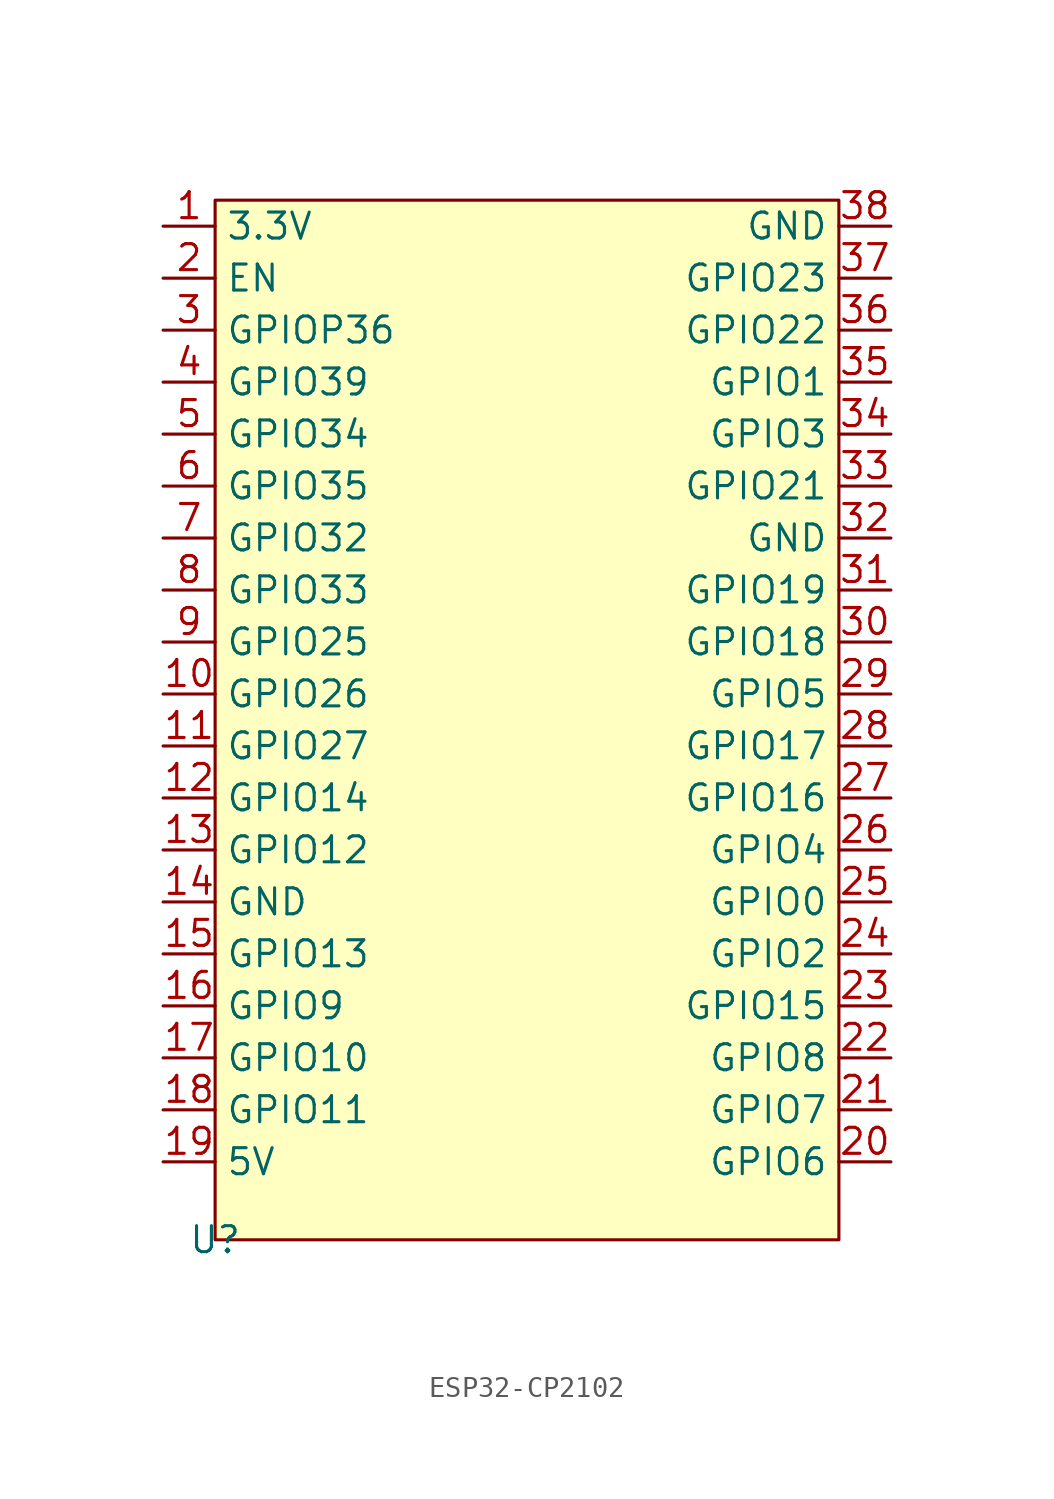
<source format=kicad_sym>
(kicad_symbol_lib
  (version 20231120)
  (generator "kicad_symbol_editor")
  (generator_version "8.0")
  (symbol "ESP32-CP2102"
    (property "Reference" "U"
      (at 0 0 0)
      (effects (font (size 1.27 1.27))))
    (property "Value" ""
      (at 0 7.62 0)
      (effects (font (size 1.27 1.27))))
    (symbol "ESP32-CP2102_1_1"
      (rectangle (start 0 50.8) (end 30.48 0) (stroke (width 0) (type default)) (fill (type background)))
      (pin power_in line (at -2.54 49.53 0) (length 2.54) (name "3.3V" (effects (font (size 1.27 1.27)))) (number "1" (effects (font (size 1.27 1.27)))))
      (pin bidirectional line (at -2.54 26.67 0) (length 2.54) (name "GPIO26" (effects (font (size 1.27 1.27)))) (number "10" (effects (font (size 1.27 1.27)))))
      (pin bidirectional line (at -2.54 24.13 0) (length 2.54) (name "GPIO27" (effects (font (size 1.27 1.27)))) (number "11" (effects (font (size 1.27 1.27)))))
      (pin bidirectional line (at -2.54 21.59 0) (length 2.54) (name "GPIO14" (effects (font (size 1.27 1.27)))) (number "12" (effects (font (size 1.27 1.27)))))
      (pin bidirectional line (at -2.54 19.05 0) (length 2.54) (name "GPIO12" (effects (font (size 1.27 1.27)))) (number "13" (effects (font (size 1.27 1.27)))))
      (pin unspecified line (at -2.54 16.51 0) (length 2.54) (name "GND" (effects (font (size 1.27 1.27)))) (number "14" (effects (font (size 1.27 1.27)))))
      (pin bidirectional line (at -2.54 13.97 0) (length 2.54) (name "GPIO13" (effects (font (size 1.27 1.27)))) (number "15" (effects (font (size 1.27 1.27)))))
      (pin bidirectional line (at -2.54 11.43 0) (length 2.54) (name "GPIO9" (effects (font (size 1.27 1.27)))) (number "16" (effects (font (size 1.27 1.27)))))
      (pin bidirectional line (at -2.54 8.89 0) (length 2.54) (name "GPIO10" (effects (font (size 1.27 1.27)))) (number "17" (effects (font (size 1.27 1.27)))))
      (pin bidirectional line (at -2.54 6.35 0) (length 2.54) (name "GPIO11" (effects (font (size 1.27 1.27)))) (number "18" (effects (font (size 1.27 1.27)))))
      (pin power_in line (at -2.54 3.81 0) (length 2.54) (name "5V" (effects (font (size 1.27 1.27)))) (number "19" (effects (font (size 1.27 1.27)))))
      (pin input line (at -2.54 46.99 0) (length 2.54) (name "EN" (effects (font (size 1.27 1.27)))) (number "2" (effects (font (size 1.27 1.27)))))
      (pin bidirectional line (at 33.02 3.81 180) (length 2.54) (name "GPIO6" (effects (font (size 1.27 1.27)))) (number "20" (effects (font (size 1.27 1.27)))))
      (pin bidirectional line (at 33.02 6.35 180) (length 2.54) (name "GPIO7" (effects (font (size 1.27 1.27)))) (number "21" (effects (font (size 1.27 1.27)))))
      (pin bidirectional line (at 33.02 8.89 180) (length 2.54) (name "GPIO8" (effects (font (size 1.27 1.27)))) (number "22" (effects (font (size 1.27 1.27)))))
      (pin bidirectional line (at 33.02 11.43 180) (length 2.54) (name "GPIO15" (effects (font (size 1.27 1.27)))) (number "23" (effects (font (size 1.27 1.27)))))
      (pin bidirectional line (at 33.02 13.97 180) (length 2.54) (name "GPIO2" (effects (font (size 1.27 1.27)))) (number "24" (effects (font (size 1.27 1.27)))))
      (pin bidirectional line (at 33.02 16.51 180) (length 2.54) (name "GPIO0" (effects (font (size 1.27 1.27)))) (number "25" (effects (font (size 1.27 1.27)))))
      (pin bidirectional line (at 33.02 19.05 180) (length 2.54) (name "GPIO4" (effects (font (size 1.27 1.27)))) (number "26" (effects (font (size 1.27 1.27)))))
      (pin bidirectional line (at 33.02 21.59 180) (length 2.54) (name "GPIO16" (effects (font (size 1.27 1.27)))) (number "27" (effects (font (size 1.27 1.27)))))
      (pin bidirectional line (at 33.02 24.13 180) (length 2.54) (name "GPIO17" (effects (font (size 1.27 1.27)))) (number "28" (effects (font (size 1.27 1.27)))))
      (pin bidirectional line (at 33.02 26.67 180) (length 2.54) (name "GPIO5" (effects (font (size 1.27 1.27)))) (number "29" (effects (font (size 1.27 1.27)))))
      (pin bidirectional line (at -2.54 44.45 0) (length 2.54) (name "GPIOP36" (effects (font (size 1.27 1.27)))) (number "3" (effects (font (size 1.27 1.27)))))
      (pin bidirectional line (at 33.02 29.21 180) (length 2.54) (name "GPIO18" (effects (font (size 1.27 1.27)))) (number "30" (effects (font (size 1.27 1.27)))))
      (pin bidirectional line (at 33.02 31.75 180) (length 2.54) (name "GPIO19" (effects (font (size 1.27 1.27)))) (number "31" (effects (font (size 1.27 1.27)))))
      (pin power_in line (at 33.02 34.29 180) (length 2.54) (name "GND" (effects (font (size 1.27 1.27)))) (number "32" (effects (font (size 1.27 1.27)))))
      (pin bidirectional line (at 33.02 36.83 180) (length 2.54) (name "GPIO21" (effects (font (size 1.27 1.27)))) (number "33" (effects (font (size 1.27 1.27)))))
      (pin bidirectional line (at 33.02 39.37 180) (length 2.54) (name "GPIO3" (effects (font (size 1.27 1.27)))) (number "34" (effects (font (size 1.27 1.27)))))
      (pin bidirectional line (at 33.02 41.91 180) (length 2.54) (name "GPIO1" (effects (font (size 1.27 1.27)))) (number "35" (effects (font (size 1.27 1.27)))))
      (pin bidirectional line (at 33.02 44.45 180) (length 2.54) (name "GPIO22" (effects (font (size 1.27 1.27)))) (number "36" (effects (font (size 1.27 1.27)))))
      (pin bidirectional line (at 33.02 46.99 180) (length 2.54) (name "GPIO23" (effects (font (size 1.27 1.27)))) (number "37" (effects (font (size 1.27 1.27)))))
      (pin power_in line (at 33.02 49.53 180) (length 2.54) (name "GND" (effects (font (size 1.27 1.27)))) (number "38" (effects (font (size 1.27 1.27)))))
      (pin bidirectional line (at -2.54 41.91 0) (length 2.54) (name "GPIO39" (effects (font (size 1.27 1.27)))) (number "4" (effects (font (size 1.27 1.27)))))
      (pin bidirectional line (at -2.54 39.37 0) (length 2.54) (name "GPIO34" (effects (font (size 1.27 1.27)))) (number "5" (effects (font (size 1.27 1.27)))))
      (pin bidirectional line (at -2.54 36.83 0) (length 2.54) (name "GPIO35" (effects (font (size 1.27 1.27)))) (number "6" (effects (font (size 1.27 1.27)))))
      (pin bidirectional line (at -2.54 34.29 0) (length 2.54) (name "GPIO32" (effects (font (size 1.27 1.27)))) (number "7" (effects (font (size 1.27 1.27)))))
      (pin bidirectional line (at -2.54 31.75 0) (length 2.54) (name "GPIO33" (effects (font (size 1.27 1.27)))) (number "8" (effects (font (size 1.27 1.27)))))
      (pin bidirectional line (at -2.54 29.21 0) (length 2.54) (name "GPIO25" (effects (font (size 1.27 1.27)))) (number "9" (effects (font (size 1.27 1.27))))))))
</source>
